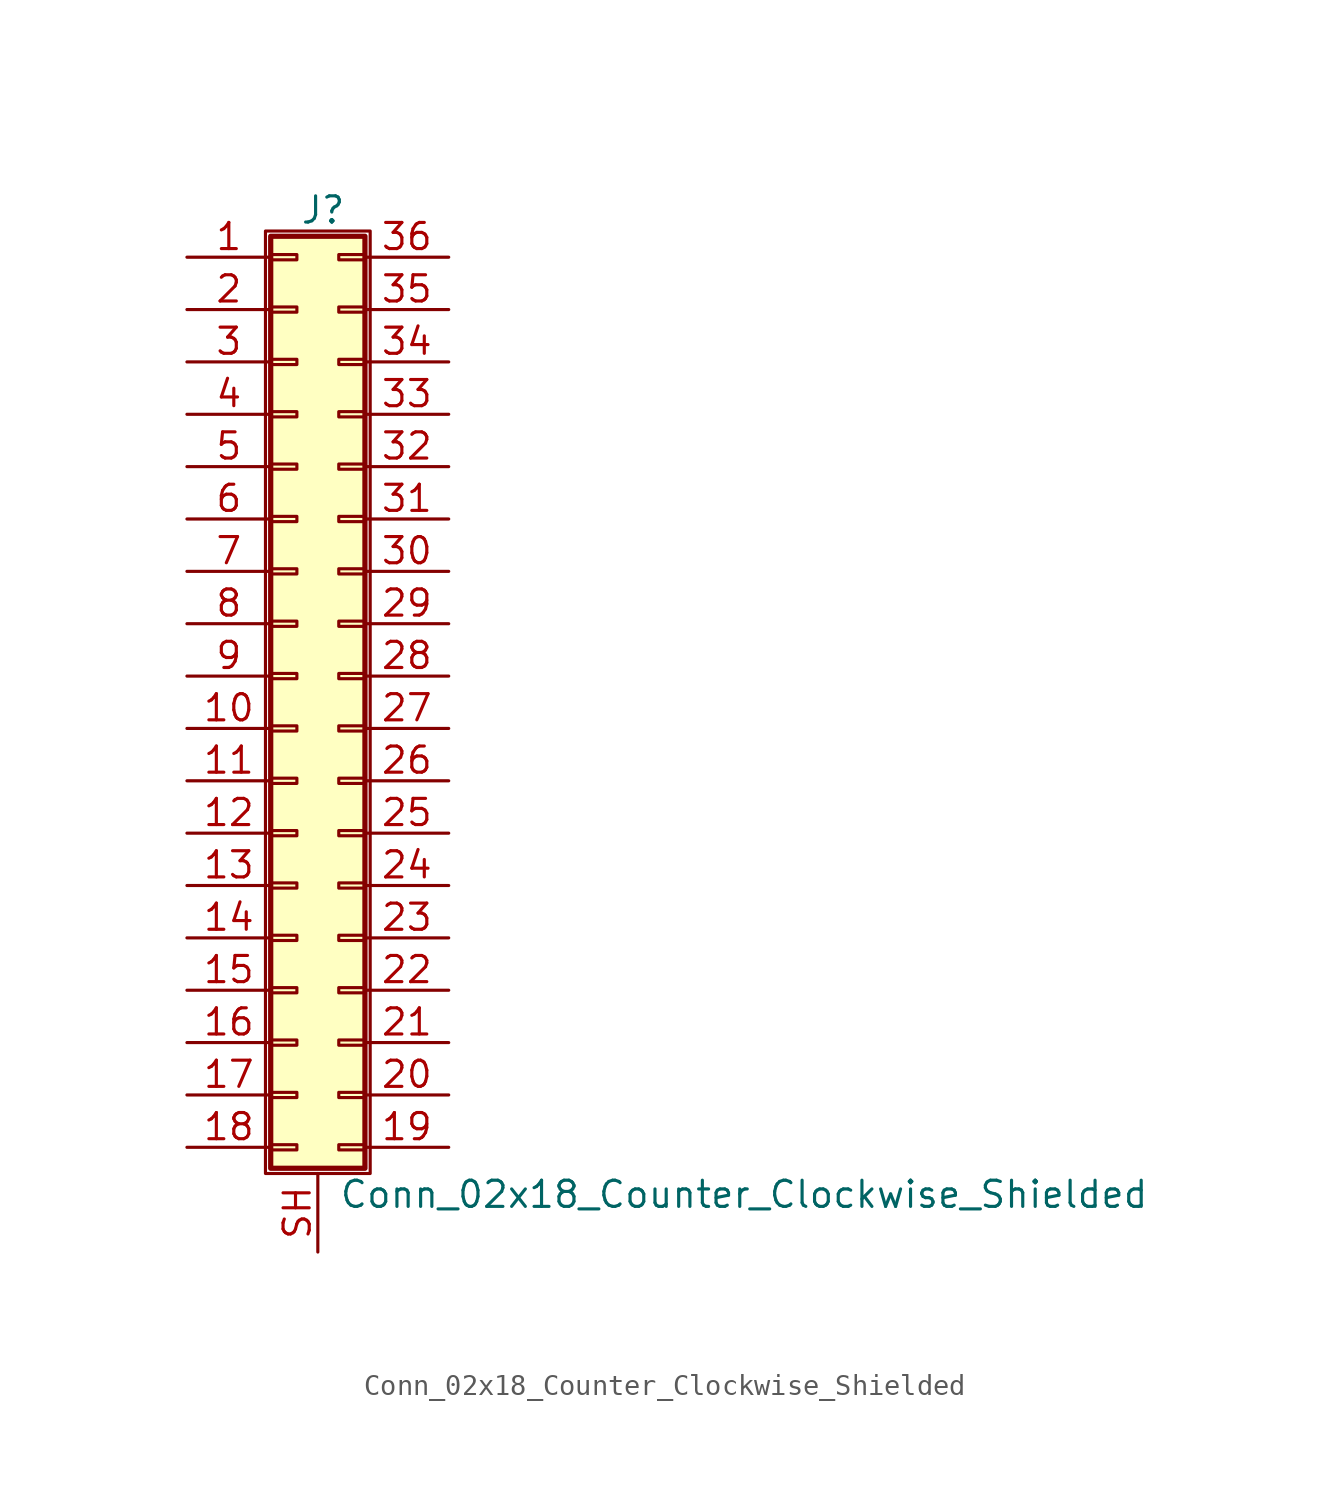
<source format=kicad_sym>
(kicad_symbol_lib
  (version 20211014)
  (generator kicad_symbol_editor)
  (symbol "Conn_02x18_Counter_Clockwise_Shielded"
    (pin_names
      (offset 1.016) hide)
    (property "Reference" "J"
      (at 1.524 22.606 0)
      (effects (font (size 1.27 1.27))))
    (property "Value" "Conn_02x18_Counter_Clockwise_Shielded"
      (at 2.286 -25.146 0)
      (effects (font (size 1.27 1.27)) (justify left)))
    (symbol "Conn_02x18_Counter_Clockwise_Shielded_1_1"
      (rectangle (start -1.27 21.59) (end 3.81 -24.13) (stroke (width 0.152) (type default) (color 0 0 0 0)) (fill (type none)))
      (rectangle (start -1.016 -22.733) (end 0.254 -22.987) (stroke (width 0.152) (type default) (color 0 0 0 0)) (fill (type none)))
      (rectangle (start -1.016 -20.193) (end 0.254 -20.447) (stroke (width 0.152) (type default) (color 0 0 0 0)) (fill (type none)))
      (rectangle (start -1.016 -17.653) (end 0.254 -17.907) (stroke (width 0.152) (type default) (color 0 0 0 0)) (fill (type none)))
      (rectangle (start -1.016 -15.113) (end 0.254 -15.367) (stroke (width 0.152) (type default) (color 0 0 0 0)) (fill (type none)))
      (rectangle (start -1.016 -12.573) (end 0.254 -12.827) (stroke (width 0.152) (type default) (color 0 0 0 0)) (fill (type none)))
      (rectangle (start -1.016 -10.033) (end 0.254 -10.287) (stroke (width 0.152) (type default) (color 0 0 0 0)) (fill (type none)))
      (rectangle (start -1.016 -7.493) (end 0.254 -7.747) (stroke (width 0.152) (type default) (color 0 0 0 0)) (fill (type none)))
      (rectangle (start -1.016 -4.953) (end 0.254 -5.207) (stroke (width 0.152) (type default) (color 0 0 0 0)) (fill (type none)))
      (rectangle (start -1.016 -2.413) (end 0.254 -2.667) (stroke (width 0.152) (type default) (color 0 0 0 0)) (fill (type none)))
      (rectangle (start -1.016 0.127) (end 0.254 -0.127) (stroke (width 0.152) (type default) (color 0 0 0 0)) (fill (type none)))
      (rectangle (start -1.016 2.667) (end 0.254 2.413) (stroke (width 0.152) (type default) (color 0 0 0 0)) (fill (type none)))
      (rectangle (start -1.016 5.207) (end 0.254 4.953) (stroke (width 0.152) (type default) (color 0 0 0 0)) (fill (type none)))
      (rectangle (start -1.016 7.747) (end 0.254 7.493) (stroke (width 0.152) (type default) (color 0 0 0 0)) (fill (type none)))
      (rectangle (start -1.016 10.287) (end 0.254 10.033) (stroke (width 0.152) (type default) (color 0 0 0 0)) (fill (type none)))
      (rectangle (start -1.016 12.827) (end 0.254 12.573) (stroke (width 0.152) (type default) (color 0 0 0 0)) (fill (type none)))
      (rectangle (start -1.016 15.367) (end 0.254 15.113) (stroke (width 0.152) (type default) (color 0 0 0 0)) (fill (type none)))
      (rectangle (start -1.016 17.907) (end 0.254 17.653) (stroke (width 0.152) (type default) (color 0 0 0 0)) (fill (type none)))
      (rectangle (start -1.016 20.447) (end 0.254 20.193) (stroke (width 0.152) (type default) (color 0 0 0 0)) (fill (type none)))
      (rectangle (start -1.016 21.336) (end 3.556 -23.876) (stroke (width 0.254) (type default) (color 0 0 0 0)) (fill (type background)))
      (rectangle (start 3.556 -22.733) (end 2.286 -22.987) (stroke (width 0.152) (type default) (color 0 0 0 0)) (fill (type none)))
      (rectangle (start 3.556 -20.193) (end 2.286 -20.447) (stroke (width 0.152) (type default) (color 0 0 0 0)) (fill (type none)))
      (rectangle (start 3.556 -17.653) (end 2.286 -17.907) (stroke (width 0.152) (type default) (color 0 0 0 0)) (fill (type none)))
      (rectangle (start 3.556 -15.113) (end 2.286 -15.367) (stroke (width 0.152) (type default) (color 0 0 0 0)) (fill (type none)))
      (rectangle (start 3.556 -12.573) (end 2.286 -12.827) (stroke (width 0.152) (type default) (color 0 0 0 0)) (fill (type none)))
      (rectangle (start 3.556 -10.033) (end 2.286 -10.287) (stroke (width 0.152) (type default) (color 0 0 0 0)) (fill (type none)))
      (rectangle (start 3.556 -7.493) (end 2.286 -7.747) (stroke (width 0.152) (type default) (color 0 0 0 0)) (fill (type none)))
      (rectangle (start 3.556 -4.953) (end 2.286 -5.207) (stroke (width 0.152) (type default) (color 0 0 0 0)) (fill (type none)))
      (rectangle (start 3.556 -2.413) (end 2.286 -2.667) (stroke (width 0.152) (type default) (color 0 0 0 0)) (fill (type none)))
      (rectangle (start 3.556 0.127) (end 2.286 -0.127) (stroke (width 0.152) (type default) (color 0 0 0 0)) (fill (type none)))
      (rectangle (start 3.556 2.667) (end 2.286 2.413) (stroke (width 0.152) (type default) (color 0 0 0 0)) (fill (type none)))
      (rectangle (start 3.556 5.207) (end 2.286 4.953) (stroke (width 0.152) (type default) (color 0 0 0 0)) (fill (type none)))
      (rectangle (start 3.556 7.747) (end 2.286 7.493) (stroke (width 0.152) (type default) (color 0 0 0 0)) (fill (type none)))
      (rectangle (start 3.556 10.287) (end 2.286 10.033) (stroke (width 0.152) (type default) (color 0 0 0 0)) (fill (type none)))
      (rectangle (start 3.556 12.827) (end 2.286 12.573) (stroke (width 0.152) (type default) (color 0 0 0 0)) (fill (type none)))
      (rectangle (start 3.556 15.367) (end 2.286 15.113) (stroke (width 0.152) (type default) (color 0 0 0 0)) (fill (type none)))
      (rectangle (start 3.556 17.907) (end 2.286 17.653) (stroke (width 0.152) (type default) (color 0 0 0 0)) (fill (type none)))
      (rectangle (start 3.556 20.447) (end 2.286 20.193) (stroke (width 0.152) (type default) (color 0 0 0 0)) (fill (type none)))
      (pin passive line (at -5.08 20.32 0) (length 4.064) (name "Pin_1" (effects (font (size 1.27 1.27)))) (number "1" (effects (font (size 1.27 1.27)))))
      (pin passive line (at -5.08 -2.54 0) (length 4.064) (name "Pin_10" (effects (font (size 1.27 1.27)))) (number "10" (effects (font (size 1.27 1.27)))))
      (pin passive line (at -5.08 -5.08 0) (length 4.064) (name "Pin_11" (effects (font (size 1.27 1.27)))) (number "11" (effects (font (size 1.27 1.27)))))
      (pin passive line (at -5.08 -7.62 0) (length 4.064) (name "Pin_12" (effects (font (size 1.27 1.27)))) (number "12" (effects (font (size 1.27 1.27)))))
      (pin passive line (at -5.08 -10.16 0) (length 4.064) (name "Pin_13" (effects (font (size 1.27 1.27)))) (number "13" (effects (font (size 1.27 1.27)))))
      (pin passive line (at -5.08 -12.7 0) (length 4.064) (name "Pin_14" (effects (font (size 1.27 1.27)))) (number "14" (effects (font (size 1.27 1.27)))))
      (pin passive line (at -5.08 -15.24 0) (length 4.064) (name "Pin_15" (effects (font (size 1.27 1.27)))) (number "15" (effects (font (size 1.27 1.27)))))
      (pin passive line (at -5.08 -17.78 0) (length 4.064) (name "Pin_16" (effects (font (size 1.27 1.27)))) (number "16" (effects (font (size 1.27 1.27)))))
      (pin passive line (at -5.08 -20.32 0) (length 4.064) (name "Pin_17" (effects (font (size 1.27 1.27)))) (number "17" (effects (font (size 1.27 1.27)))))
      (pin passive line (at -5.08 -22.86 0) (length 4.064) (name "Pin_18" (effects (font (size 1.27 1.27)))) (number "18" (effects (font (size 1.27 1.27)))))
      (pin passive line (at 7.62 -22.86 180) (length 4.064) (name "Pin_19" (effects (font (size 1.27 1.27)))) (number "19" (effects (font (size 1.27 1.27)))))
      (pin passive line (at -5.08 17.78 0) (length 4.064) (name "Pin_2" (effects (font (size 1.27 1.27)))) (number "2" (effects (font (size 1.27 1.27)))))
      (pin passive line (at 7.62 -20.32 180) (length 4.064) (name "Pin_20" (effects (font (size 1.27 1.27)))) (number "20" (effects (font (size 1.27 1.27)))))
      (pin passive line (at 7.62 -17.78 180) (length 4.064) (name "Pin_21" (effects (font (size 1.27 1.27)))) (number "21" (effects (font (size 1.27 1.27)))))
      (pin passive line (at 7.62 -15.24 180) (length 4.064) (name "Pin_22" (effects (font (size 1.27 1.27)))) (number "22" (effects (font (size 1.27 1.27)))))
      (pin passive line (at 7.62 -12.7 180) (length 4.064) (name "Pin_23" (effects (font (size 1.27 1.27)))) (number "23" (effects (font (size 1.27 1.27)))))
      (pin passive line (at 7.62 -10.16 180) (length 4.064) (name "Pin_24" (effects (font (size 1.27 1.27)))) (number "24" (effects (font (size 1.27 1.27)))))
      (pin passive line (at 7.62 -7.62 180) (length 4.064) (name "Pin_25" (effects (font (size 1.27 1.27)))) (number "25" (effects (font (size 1.27 1.27)))))
      (pin passive line (at 7.62 -5.08 180) (length 4.064) (name "Pin_26" (effects (font (size 1.27 1.27)))) (number "26" (effects (font (size 1.27 1.27)))))
      (pin passive line (at 7.62 -2.54 180) (length 4.064) (name "Pin_27" (effects (font (size 1.27 1.27)))) (number "27" (effects (font (size 1.27 1.27)))))
      (pin passive line (at 7.62 0 180) (length 4.064) (name "Pin_28" (effects (font (size 1.27 1.27)))) (number "28" (effects (font (size 1.27 1.27)))))
      (pin passive line (at 7.62 2.54 180) (length 4.064) (name "Pin_29" (effects (font (size 1.27 1.27)))) (number "29" (effects (font (size 1.27 1.27)))))
      (pin passive line (at -5.08 15.24 0) (length 4.064) (name "Pin_3" (effects (font (size 1.27 1.27)))) (number "3" (effects (font (size 1.27 1.27)))))
      (pin passive line (at 7.62 5.08 180) (length 4.064) (name "Pin_30" (effects (font (size 1.27 1.27)))) (number "30" (effects (font (size 1.27 1.27)))))
      (pin passive line (at 7.62 7.62 180) (length 4.064) (name "Pin_31" (effects (font (size 1.27 1.27)))) (number "31" (effects (font (size 1.27 1.27)))))
      (pin passive line (at 7.62 10.16 180) (length 4.064) (name "Pin_32" (effects (font (size 1.27 1.27)))) (number "32" (effects (font (size 1.27 1.27)))))
      (pin passive line (at 7.62 12.7 180) (length 4.064) (name "Pin_33" (effects (font (size 1.27 1.27)))) (number "33" (effects (font (size 1.27 1.27)))))
      (pin passive line (at 7.62 15.24 180) (length 4.064) (name "Pin_34" (effects (font (size 1.27 1.27)))) (number "34" (effects (font (size 1.27 1.27)))))
      (pin passive line (at 7.62 17.78 180) (length 4.064) (name "Pin_35" (effects (font (size 1.27 1.27)))) (number "35" (effects (font (size 1.27 1.27)))))
      (pin passive line (at 7.62 20.32 180) (length 4.064) (name "Pin_36" (effects (font (size 1.27 1.27)))) (number "36" (effects (font (size 1.27 1.27)))))
      (pin passive line (at -5.08 12.7 0) (length 4.064) (name "Pin_4" (effects (font (size 1.27 1.27)))) (number "4" (effects (font (size 1.27 1.27)))))
      (pin passive line (at -5.08 10.16 0) (length 4.064) (name "Pin_5" (effects (font (size 1.27 1.27)))) (number "5" (effects (font (size 1.27 1.27)))))
      (pin passive line (at -5.08 7.62 0) (length 4.064) (name "Pin_6" (effects (font (size 1.27 1.27)))) (number "6" (effects (font (size 1.27 1.27)))))
      (pin passive line (at -5.08 5.08 0) (length 4.064) (name "Pin_7" (effects (font (size 1.27 1.27)))) (number "7" (effects (font (size 1.27 1.27)))))
      (pin passive line (at -5.08 2.54 0) (length 4.064) (name "Pin_8" (effects (font (size 1.27 1.27)))) (number "8" (effects (font (size 1.27 1.27)))))
      (pin passive line (at -5.08 0 0) (length 4.064) (name "Pin_9" (effects (font (size 1.27 1.27)))) (number "9" (effects (font (size 1.27 1.27)))))
      (pin passive line (at 1.27 -27.94 90) (length 3.81) (name "Shield" (effects (font (size 1.27 1.27)))) (number "SH" (effects (font (size 1.27 1.27))))))))
</source>
